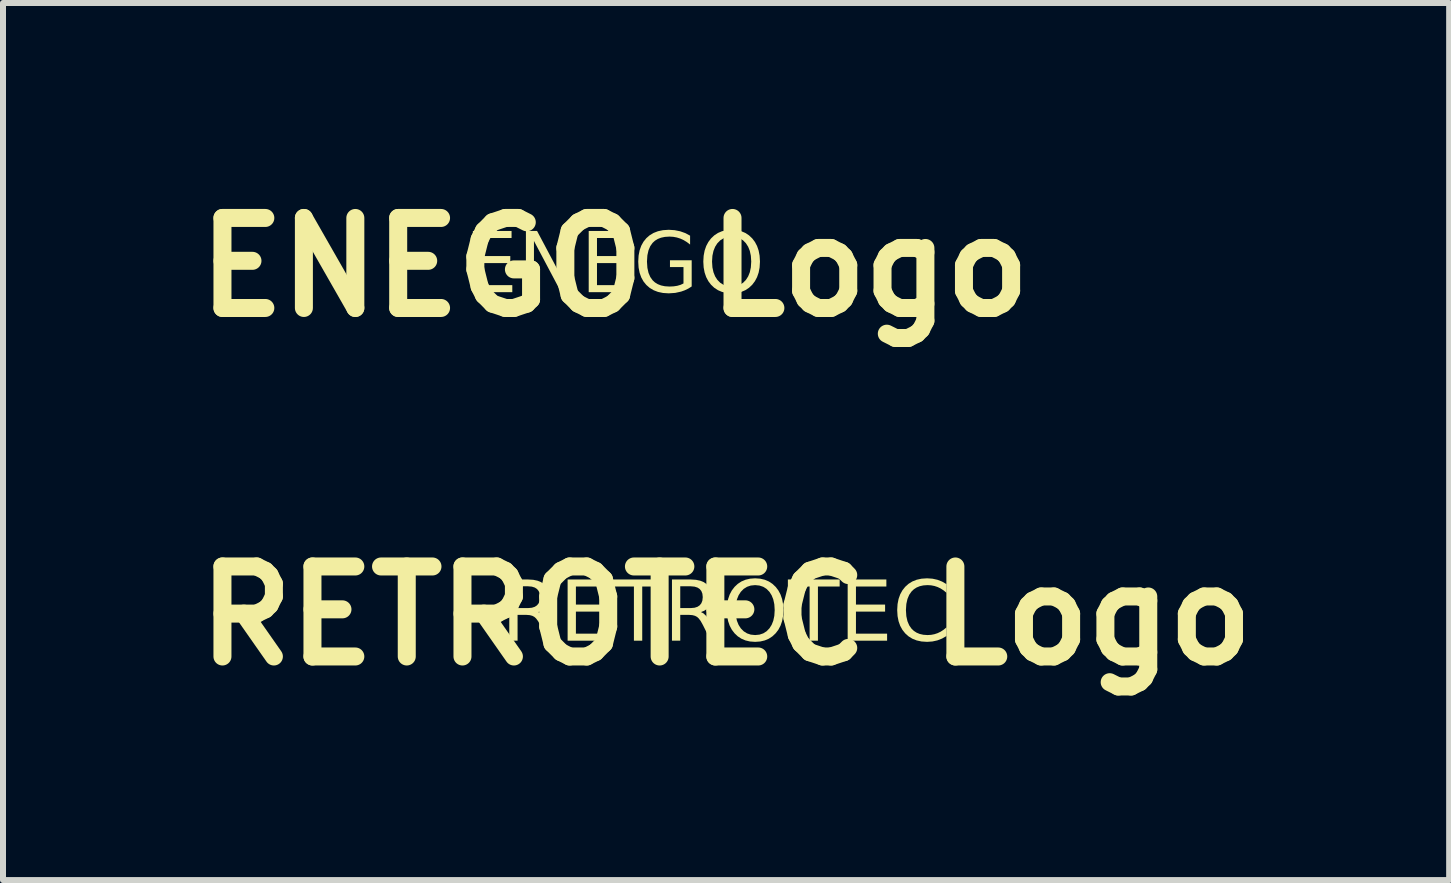
<source format=kicad_pcb>
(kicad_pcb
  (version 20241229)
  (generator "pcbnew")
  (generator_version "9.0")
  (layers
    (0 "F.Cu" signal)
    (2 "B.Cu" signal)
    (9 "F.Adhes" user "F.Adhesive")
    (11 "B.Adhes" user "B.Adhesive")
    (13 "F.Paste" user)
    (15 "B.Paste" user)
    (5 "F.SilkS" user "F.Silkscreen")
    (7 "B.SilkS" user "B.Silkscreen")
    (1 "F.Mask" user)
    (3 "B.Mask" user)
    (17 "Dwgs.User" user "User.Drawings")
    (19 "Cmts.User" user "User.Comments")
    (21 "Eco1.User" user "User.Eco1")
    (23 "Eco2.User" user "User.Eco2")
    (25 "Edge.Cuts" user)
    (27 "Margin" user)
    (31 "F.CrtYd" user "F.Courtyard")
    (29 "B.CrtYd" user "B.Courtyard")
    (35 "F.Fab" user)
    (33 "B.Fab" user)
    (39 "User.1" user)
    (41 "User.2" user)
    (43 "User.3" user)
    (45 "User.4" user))
  (footprint "RETROTEC Logo"
    (layer "F.Cu")
    (at 9.05 7.212)
    (property "Reference" "RETROTEC Logo" (at 0 0 0) (layer "F.SilkS") (effects (font (size 1.5 1.5) (thickness 0.3))))
    (attr board_only exclude_from_pos_files exclude_from_bom)
    (fp_text user "RETROTEC" (at 0 0 0) (unlocked yes) (layer "F.SilkS") (effects (font (face "V-Dub") (size 1 1) (thickness 0.15)))))
  (footprint "ENEGO Logo"
    (layer "F.Cu")
    (at 7.193 1.404)
    (property "Reference" "ENEGO Logo" (at 0 0 0) (layer "F.SilkS") (effects (font (size 1.5 1.5) (thickness 0.3))))
    (attr board_only exclude_from_pos_files exclude_from_bom)
    (fp_text user "ENEGO" (at 0 0 0) (unlocked yes) (layer "F.SilkS") (effects (font (face "V-Dub") (size 1 1) (thickness 0.15)))))
  (gr_rect
    (start -3 -3)
    (end 21.1 11.616)
    (stroke (width 0.1) (type default))
    (fill no)
    (layer "Edge.Cuts")))
</source>
